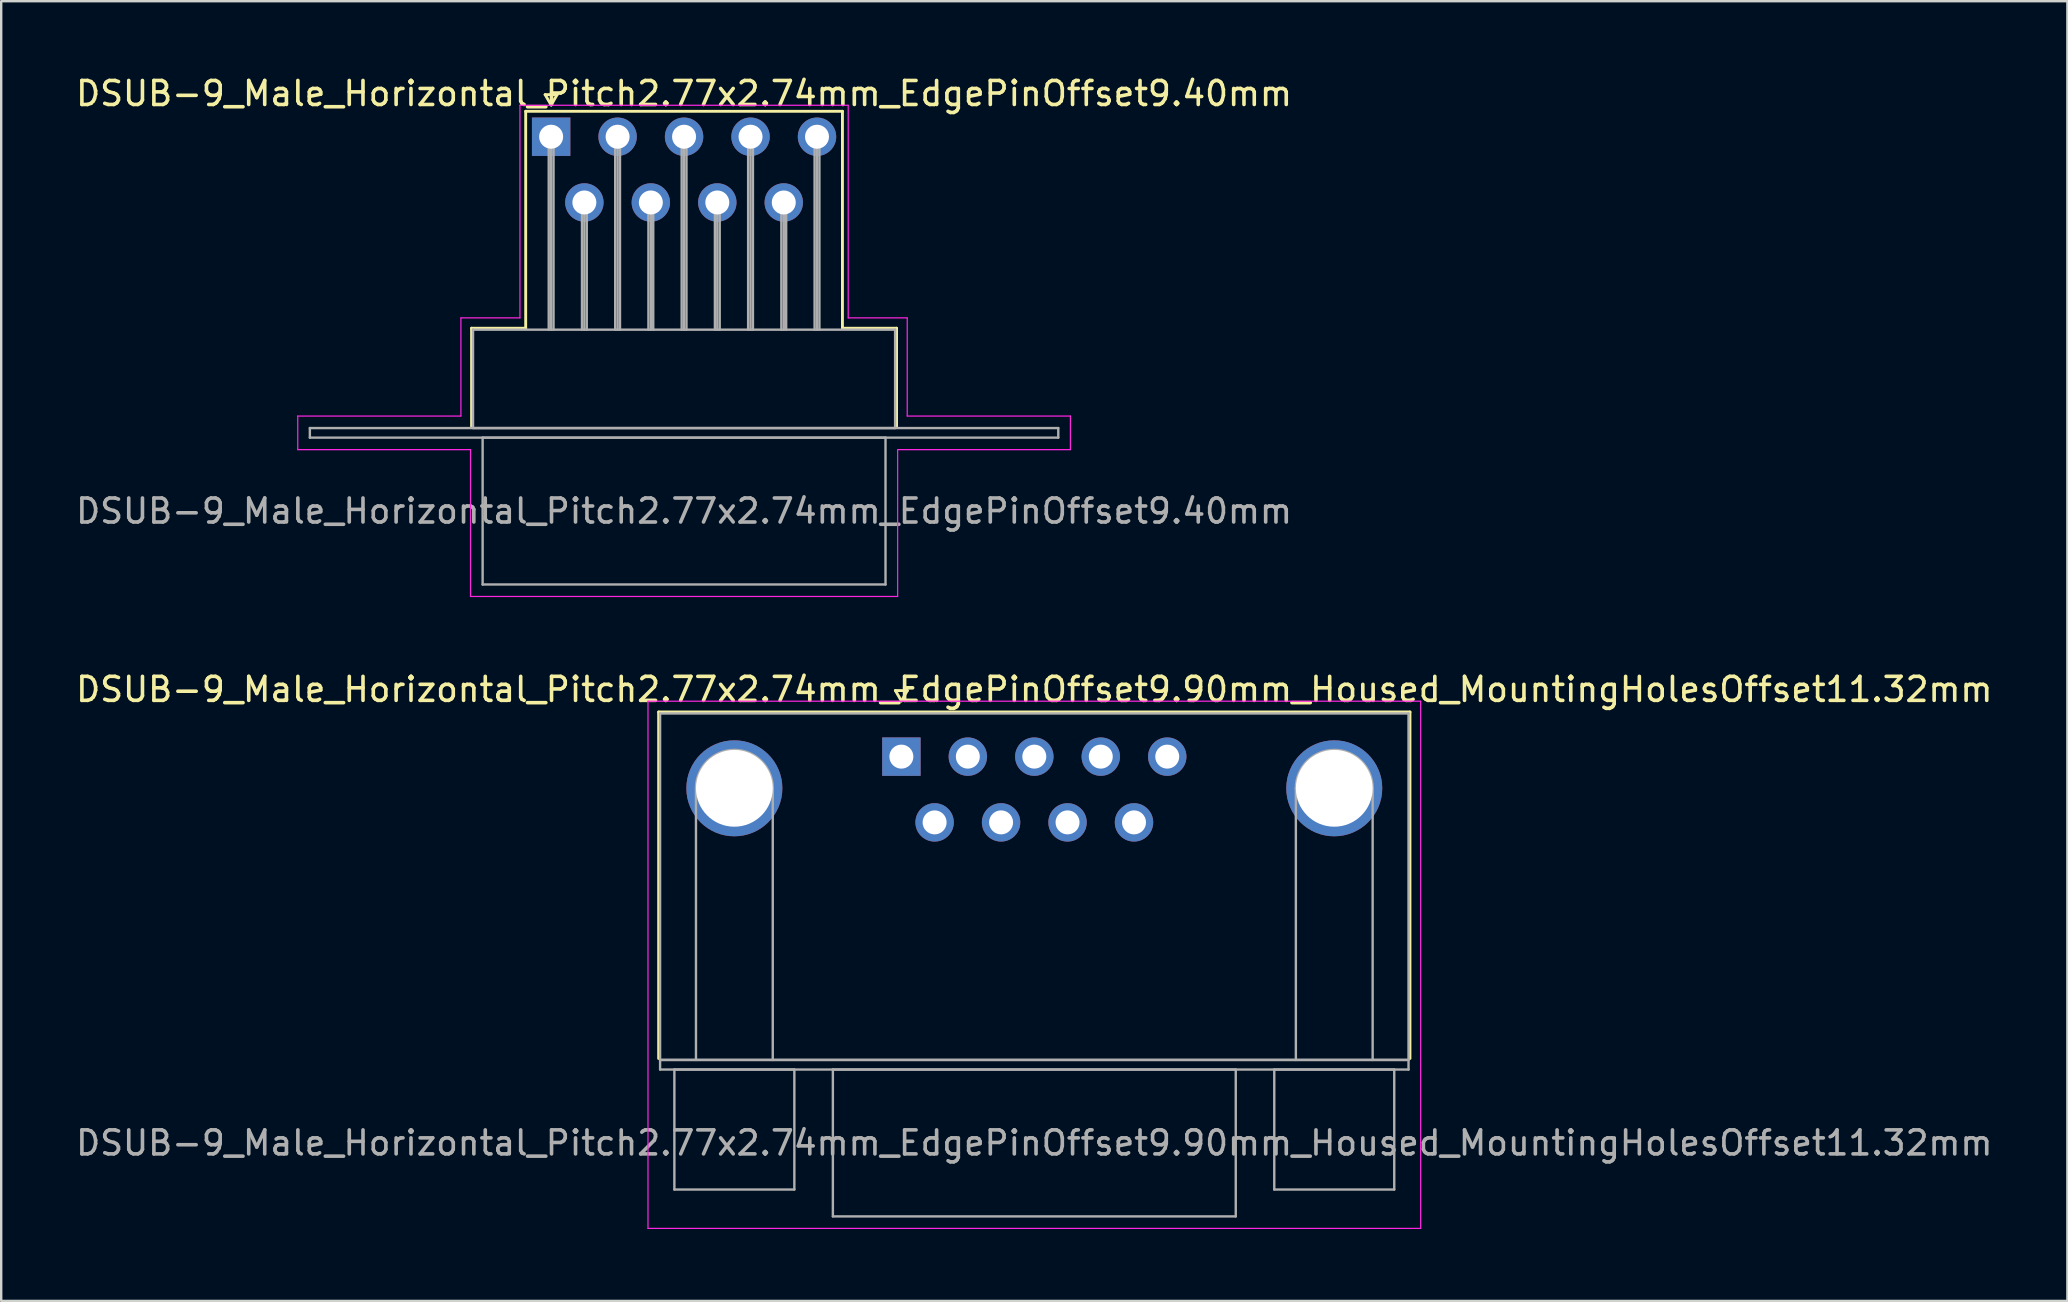
<source format=kicad_pcb>
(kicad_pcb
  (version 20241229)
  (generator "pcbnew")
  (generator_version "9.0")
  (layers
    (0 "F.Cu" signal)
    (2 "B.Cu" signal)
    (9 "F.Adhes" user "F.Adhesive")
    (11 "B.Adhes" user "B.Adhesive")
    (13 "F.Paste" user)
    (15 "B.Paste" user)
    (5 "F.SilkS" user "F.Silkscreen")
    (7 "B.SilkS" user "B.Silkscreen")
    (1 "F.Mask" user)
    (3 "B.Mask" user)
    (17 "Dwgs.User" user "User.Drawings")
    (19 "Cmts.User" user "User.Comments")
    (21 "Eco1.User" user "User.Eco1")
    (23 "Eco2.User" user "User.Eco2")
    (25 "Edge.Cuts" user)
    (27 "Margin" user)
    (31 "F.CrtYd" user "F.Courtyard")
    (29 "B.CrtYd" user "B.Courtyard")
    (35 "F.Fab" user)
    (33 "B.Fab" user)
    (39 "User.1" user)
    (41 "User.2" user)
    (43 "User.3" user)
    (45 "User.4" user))
  (footprint "DSUB-9_Male_Horizontal_Pitch2.77x2.74mm_EdgePinOffset9.40mm"
    (layer "F.Cu")
    (at 19.918 2.648)
    (property "Reference" "DSUB-9_Male_Horizontal_Pitch2.77x2.74mm_EdgePinOffset9.40mm" (at 5.54 -1.8 0) (layer "F.SilkS") (effects (font (size 1 1) (thickness 0.15))))
    (attr through_hole)
    (fp_line (start -3.315 7.98) (end -1.06 7.98) (stroke (width 0.12) (type solid)) (layer "F.SilkS"))
    (fp_line (start -3.315 12.08) (end -3.315 7.98) (stroke (width 0.12) (type solid)) (layer "F.SilkS"))
    (fp_line (start -1.06 -1.06) (end 12.14 -1.06) (stroke (width 0.12) (type solid)) (layer "F.SilkS"))
    (fp_line (start -1.06 7.98) (end -1.06 -1.06) (stroke (width 0.12) (type solid)) (layer "F.SilkS"))
    (fp_line (start -0.25 -1.754) (end 0.25 -1.754) (stroke (width 0.12) (type solid)) (layer "F.SilkS"))
    (fp_line (start 0 -1.321) (end -0.25 -1.754) (stroke (width 0.12) (type solid)) (layer "F.SilkS"))
    (fp_line (start 0.25 -1.754) (end 0 -1.321) (stroke (width 0.12) (type solid)) (layer "F.SilkS"))
    (fp_line (start 12.14 -1.06) (end 12.14 7.98) (stroke (width 0.12) (type solid)) (layer "F.SilkS"))
    (fp_line (start 12.14 7.98) (end 14.395 7.98) (stroke (width 0.12) (type solid)) (layer "F.SilkS"))
    (fp_line (start 14.395 7.98) (end 14.395 12.08) (stroke (width 0.12) (type solid)) (layer "F.SilkS"))
    (fp_line (start -10.56 11.64) (end -3.76 11.64) (stroke (width 0.05) (type solid)) (layer "F.CrtYd"))
    (fp_line (start -10.56 13.04) (end -10.56 11.64) (stroke (width 0.05) (type solid)) (layer "F.CrtYd"))
    (fp_line (start -3.76 7.55) (end -1.3 7.55) (stroke (width 0.05) (type solid)) (layer "F.CrtYd"))
    (fp_line (start -3.76 11.64) (end -3.76 7.55) (stroke (width 0.05) (type solid)) (layer "F.CrtYd"))
    (fp_line (start -3.36 13.04) (end -10.56 13.04) (stroke (width 0.05) (type solid)) (layer "F.CrtYd"))
    (fp_line (start -3.36 19.16) (end -3.36 13.04) (stroke (width 0.05) (type solid)) (layer "F.CrtYd"))
    (fp_line (start -1.3 -1.31) (end 12.38 -1.31) (stroke (width 0.05) (type solid)) (layer "F.CrtYd"))
    (fp_line (start -1.3 7.55) (end -1.3 -1.31) (stroke (width 0.05) (type solid)) (layer "F.CrtYd"))
    (fp_line (start 12.38 -1.31) (end 12.38 7.55) (stroke (width 0.05) (type solid)) (layer "F.CrtYd"))
    (fp_line (start 12.38 7.55) (end 14.84 7.55) (stroke (width 0.05) (type solid)) (layer "F.CrtYd"))
    (fp_line (start 14.44 13.04) (end 14.44 19.16) (stroke (width 0.05) (type solid)) (layer "F.CrtYd"))
    (fp_line (start 14.44 19.16) (end -3.36 19.16) (stroke (width 0.05) (type solid)) (layer "F.CrtYd"))
    (fp_line (start 14.84 7.55) (end 14.84 11.64) (stroke (width 0.05) (type solid)) (layer "F.CrtYd"))
    (fp_line (start 14.84 11.64) (end 21.64 11.64) (stroke (width 0.05) (type solid)) (layer "F.CrtYd"))
    (fp_line (start 21.64 11.64) (end 21.64 13.04) (stroke (width 0.05) (type solid)) (layer "F.CrtYd"))
    (fp_line (start 21.64 13.04) (end 14.44 13.04) (stroke (width 0.05) (type solid)) (layer "F.CrtYd"))
    (fp_line (start -10.055 12.14) (end -10.055 12.54) (stroke (width 0.1) (type solid)) (layer "F.Fab"))
    (fp_line (start -10.055 12.54) (end 21.135 12.54) (stroke (width 0.1) (type solid)) (layer "F.Fab"))
    (fp_line (start -3.255 8.04) (end -3.255 12.14) (stroke (width 0.1) (type solid)) (layer "F.Fab"))
    (fp_line (start -3.255 12.14) (end 14.335 12.14) (stroke (width 0.1) (type solid)) (layer "F.Fab"))
    (fp_line (start -2.855 12.54) (end -2.855 18.66) (stroke (width 0.1) (type solid)) (layer "F.Fab"))
    (fp_line (start -2.855 18.66) (end 13.935 18.66) (stroke (width 0.1) (type solid)) (layer "F.Fab"))
    (fp_line (start -0.1 0) (end -0.1 8.04) (stroke (width 0.1) (type solid)) (layer "F.Fab"))
    (fp_line (start 0 0) (end 0 8.04) (stroke (width 0.1) (type solid)) (layer "F.Fab"))
    (fp_line (start 0.1 0) (end 0.1 8.04) (stroke (width 0.1) (type solid)) (layer "F.Fab"))
    (fp_line (start 1.285 2.74) (end 1.285 8.04) (stroke (width 0.1) (type solid)) (layer "F.Fab"))
    (fp_line (start 1.385 2.74) (end 1.385 8.04) (stroke (width 0.1) (type solid)) (layer "F.Fab"))
    (fp_line (start 1.485 2.74) (end 1.485 8.04) (stroke (width 0.1) (type solid)) (layer "F.Fab"))
    (fp_line (start 2.67 0) (end 2.67 8.04) (stroke (width 0.1) (type solid)) (layer "F.Fab"))
    (fp_line (start 2.77 0) (end 2.77 8.04) (stroke (width 0.1) (type solid)) (layer "F.Fab"))
    (fp_line (start 2.87 0) (end 2.87 8.04) (stroke (width 0.1) (type solid)) (layer "F.Fab"))
    (fp_line (start 4.055 2.74) (end 4.055 8.04) (stroke (width 0.1) (type solid)) (layer "F.Fab"))
    (fp_line (start 4.155 2.74) (end 4.155 8.04) (stroke (width 0.1) (type solid)) (layer "F.Fab"))
    (fp_line (start 4.255 2.74) (end 4.255 8.04) (stroke (width 0.1) (type solid)) (layer "F.Fab"))
    (fp_line (start 5.44 0) (end 5.44 8.04) (stroke (width 0.1) (type solid)) (layer "F.Fab"))
    (fp_line (start 5.54 0) (end 5.54 8.04) (stroke (width 0.1) (type solid)) (layer "F.Fab"))
    (fp_line (start 5.64 0) (end 5.64 8.04) (stroke (width 0.1) (type solid)) (layer "F.Fab"))
    (fp_line (start 6.825 2.74) (end 6.825 8.04) (stroke (width 0.1) (type solid)) (layer "F.Fab"))
    (fp_line (start 6.925 2.74) (end 6.925 8.04) (stroke (width 0.1) (type solid)) (layer "F.Fab"))
    (fp_line (start 7.025 2.74) (end 7.025 8.04) (stroke (width 0.1) (type solid)) (layer "F.Fab"))
    (fp_line (start 8.21 0) (end 8.21 8.04) (stroke (width 0.1) (type solid)) (layer "F.Fab"))
    (fp_line (start 8.31 0) (end 8.31 8.04) (stroke (width 0.1) (type solid)) (layer "F.Fab"))
    (fp_line (start 8.41 0) (end 8.41 8.04) (stroke (width 0.1) (type solid)) (layer "F.Fab"))
    (fp_line (start 9.595 2.74) (end 9.595 8.04) (stroke (width 0.1) (type solid)) (layer "F.Fab"))
    (fp_line (start 9.695 2.74) (end 9.695 8.04) (stroke (width 0.1) (type solid)) (layer "F.Fab"))
    (fp_line (start 9.795 2.74) (end 9.795 8.04) (stroke (width 0.1) (type solid)) (layer "F.Fab"))
    (fp_line (start 10.98 0) (end 10.98 8.04) (stroke (width 0.1) (type solid)) (layer "F.Fab"))
    (fp_line (start 11.08 0) (end 11.08 8.04) (stroke (width 0.1) (type solid)) (layer "F.Fab"))
    (fp_line (start 11.18 0) (end 11.18 8.04) (stroke (width 0.1) (type solid)) (layer "F.Fab"))
    (fp_line (start 13.935 12.54) (end -2.855 12.54) (stroke (width 0.1) (type solid)) (layer "F.Fab"))
    (fp_line (start 13.935 18.66) (end 13.935 12.54) (stroke (width 0.1) (type solid)) (layer "F.Fab"))
    (fp_line (start 14.335 8.04) (end -3.255 8.04) (stroke (width 0.1) (type solid)) (layer "F.Fab"))
    (fp_line (start 14.335 12.14) (end 14.335 8.04) (stroke (width 0.1) (type solid)) (layer "F.Fab"))
    (fp_line (start 21.135 12.14) (end -10.055 12.14) (stroke (width 0.1) (type solid)) (layer "F.Fab"))
    (fp_line (start 21.135 12.54) (end 21.135 12.14) (stroke (width 0.1) (type solid)) (layer "F.Fab"))
    (fp_text user "${REFERENCE}" (at 5.54 15.6 0) (layer "F.Fab") (effects (font (size 1 1) (thickness 0.15))))
    (pad "1" thru_hole rect (at 0 0) (size 1.6 1.6) (drill 1) (layers "*.Cu" "*.Mask"))
    (pad "2" thru_hole circle (at 2.77 0) (size 1.6 1.6) (drill 1) (layers "*.Cu" "*.Mask"))
    (pad "3" thru_hole circle (at 5.54 0) (size 1.6 1.6) (drill 1) (layers "*.Cu" "*.Mask"))
    (pad "4" thru_hole circle (at 8.31 0) (size 1.6 1.6) (drill 1) (layers "*.Cu" "*.Mask"))
    (pad "5" thru_hole circle (at 11.08 0) (size 1.6 1.6) (drill 1) (layers "*.Cu" "*.Mask"))
    (pad "6" thru_hole circle (at 1.385 2.74) (size 1.6 1.6) (drill 1) (layers "*.Cu" "*.Mask"))
    (pad "7" thru_hole circle (at 4.155 2.74) (size 1.6 1.6) (drill 1) (layers "*.Cu" "*.Mask"))
    (pad "8" thru_hole circle (at 6.925 2.74) (size 1.6 1.6) (drill 1) (layers "*.Cu" "*.Mask"))
    (pad "9" thru_hole circle (at 9.695 2.74) (size 1.6 1.6) (drill 1) (layers "*.Cu" "*.Mask")))
  (footprint "DSUB-9_Male_Horizontal_Pitch2.77x2.74mm_EdgePinOffset9.90mm_Housed_MountingHolesOffset11.32mm"
    (layer "F.Cu")
    (at 34.514 28.482)
    (property "Reference" "DSUB-9_Male_Horizontal_Pitch2.77x2.74mm_EdgePinOffset9.90mm_Housed_MountingHolesOffset11.32mm" (at 5.54 -2.8 0) (layer "F.SilkS") (effects (font (size 1 1) (thickness 0.15))))
    (attr through_hole)
    (fp_line (start -10.115 -1.86) (end 21.195 -1.86) (stroke (width 0.12) (type solid)) (layer "F.SilkS"))
    (fp_line (start -10.115 12.58) (end -10.115 -1.86) (stroke (width 0.12) (type solid)) (layer "F.SilkS"))
    (fp_line (start -0.25 -2.754) (end 0.25 -2.754) (stroke (width 0.12) (type solid)) (layer "F.SilkS"))
    (fp_line (start 0 -2.321) (end -0.25 -2.754) (stroke (width 0.12) (type solid)) (layer "F.SilkS"))
    (fp_line (start 0.25 -2.754) (end 0 -2.321) (stroke (width 0.12) (type solid)) (layer "F.SilkS"))
    (fp_line (start 21.195 -1.86) (end 21.195 12.58) (stroke (width 0.12) (type solid)) (layer "F.SilkS"))
    (fp_line (start -10.56 -2.31) (end -10.56 19.66) (stroke (width 0.05) (type solid)) (layer "F.CrtYd"))
    (fp_line (start -10.56 19.66) (end 21.64 19.66) (stroke (width 0.05) (type solid)) (layer "F.CrtYd"))
    (fp_line (start 21.64 -2.31) (end -10.56 -2.31) (stroke (width 0.05) (type solid)) (layer "F.CrtYd"))
    (fp_line (start 21.64 19.66) (end 21.64 -2.31) (stroke (width 0.05) (type solid)) (layer "F.CrtYd"))
    (fp_line (start -10.055 -1.8) (end -10.055 12.64) (stroke (width 0.1) (type solid)) (layer "F.Fab"))
    (fp_line (start -10.055 12.64) (end -10.055 13.04) (stroke (width 0.1) (type solid)) (layer "F.Fab"))
    (fp_line (start -10.055 12.64) (end 21.135 12.64) (stroke (width 0.1) (type solid)) (layer "F.Fab"))
    (fp_line (start -10.055 13.04) (end 21.135 13.04) (stroke (width 0.1) (type solid)) (layer "F.Fab"))
    (fp_line (start -9.46 13.04) (end -9.46 18.04) (stroke (width 0.1) (type solid)) (layer "F.Fab"))
    (fp_line (start -9.46 18.04) (end -4.46 18.04) (stroke (width 0.1) (type solid)) (layer "F.Fab"))
    (fp_line (start -8.56 12.64) (end -8.56 1.32) (stroke (width 0.1) (type solid)) (layer "F.Fab"))
    (fp_line (start -5.36 12.64) (end -5.36 1.32) (stroke (width 0.1) (type solid)) (layer "F.Fab"))
    (fp_line (start -4.46 13.04) (end -9.46 13.04) (stroke (width 0.1) (type solid)) (layer "F.Fab"))
    (fp_line (start -4.46 18.04) (end -4.46 13.04) (stroke (width 0.1) (type solid)) (layer "F.Fab"))
    (fp_line (start -2.855 13.04) (end -2.855 19.16) (stroke (width 0.1) (type solid)) (layer "F.Fab"))
    (fp_line (start -2.855 19.16) (end 13.935 19.16) (stroke (width 0.1) (type solid)) (layer "F.Fab"))
    (fp_line (start 13.935 13.04) (end -2.855 13.04) (stroke (width 0.1) (type solid)) (layer "F.Fab"))
    (fp_line (start 13.935 19.16) (end 13.935 13.04) (stroke (width 0.1) (type solid)) (layer "F.Fab"))
    (fp_line (start 15.54 13.04) (end 15.54 18.04) (stroke (width 0.1) (type solid)) (layer "F.Fab"))
    (fp_line (start 15.54 18.04) (end 20.54 18.04) (stroke (width 0.1) (type solid)) (layer "F.Fab"))
    (fp_line (start 16.44 12.64) (end 16.44 1.32) (stroke (width 0.1) (type solid)) (layer "F.Fab"))
    (fp_line (start 19.64 12.64) (end 19.64 1.32) (stroke (width 0.1) (type solid)) (layer "F.Fab"))
    (fp_line (start 20.54 13.04) (end 15.54 13.04) (stroke (width 0.1) (type solid)) (layer "F.Fab"))
    (fp_line (start 20.54 18.04) (end 20.54 13.04) (stroke (width 0.1) (type solid)) (layer "F.Fab"))
    (fp_line (start 21.135 -1.8) (end -10.055 -1.8) (stroke (width 0.1) (type solid)) (layer "F.Fab"))
    (fp_line (start 21.135 12.64) (end -10.055 12.64) (stroke (width 0.1) (type solid)) (layer "F.Fab"))
    (fp_line (start 21.135 12.64) (end 21.135 -1.8) (stroke (width 0.1) (type solid)) (layer "F.Fab"))
    (fp_line (start 21.135 13.04) (end 21.135 12.64) (stroke (width 0.1) (type solid)) (layer "F.Fab"))
    (fp_arc (start -8.56 1.32) (mid -6.96 -0.28) (end -5.36 1.32) (stroke (width 0.1) (type solid)) (layer "F.Fab"))
    (fp_arc (start 16.44 1.32) (mid 18.04 -0.28) (end 19.64 1.32) (stroke (width 0.1) (type solid)) (layer "F.Fab"))
    (fp_text user "${REFERENCE}" (at 5.54 16.1 0) (layer "F.Fab") (effects (font (size 1 1) (thickness 0.15))))
    (pad "0" thru_hole circle (at -6.96 1.32) (size 4 4) (drill 3.2) (layers "*.Cu" "*.Mask"))
    (pad "0" thru_hole circle (at 18.04 1.32) (size 4 4) (drill 3.2) (layers "*.Cu" "*.Mask"))
    (pad "1" thru_hole rect (at 0 0) (size 1.6 1.6) (drill 1) (layers "*.Cu" "*.Mask"))
    (pad "2" thru_hole circle (at 2.77 0) (size 1.6 1.6) (drill 1) (layers "*.Cu" "*.Mask"))
    (pad "3" thru_hole circle (at 5.54 0) (size 1.6 1.6) (drill 1) (layers "*.Cu" "*.Mask"))
    (pad "4" thru_hole circle (at 8.31 0) (size 1.6 1.6) (drill 1) (layers "*.Cu" "*.Mask"))
    (pad "5" thru_hole circle (at 11.08 0) (size 1.6 1.6) (drill 1) (layers "*.Cu" "*.Mask"))
    (pad "6" thru_hole circle (at 1.385 2.74) (size 1.6 1.6) (drill 1) (layers "*.Cu" "*.Mask"))
    (pad "7" thru_hole circle (at 4.155 2.74) (size 1.6 1.6) (drill 1) (layers "*.Cu" "*.Mask"))
    (pad "8" thru_hole circle (at 6.925 2.74) (size 1.6 1.6) (drill 1) (layers "*.Cu" "*.Mask"))
    (pad "9" thru_hole circle (at 9.695 2.74) (size 1.6 1.6) (drill 1) (layers "*.Cu" "*.Mask")))
  (gr_rect
    (start -3 -3)
    (end 83.107 51.166)
    (stroke (width 0.1) (type default))
    (fill no)
    (layer "Edge.Cuts")))
</source>
